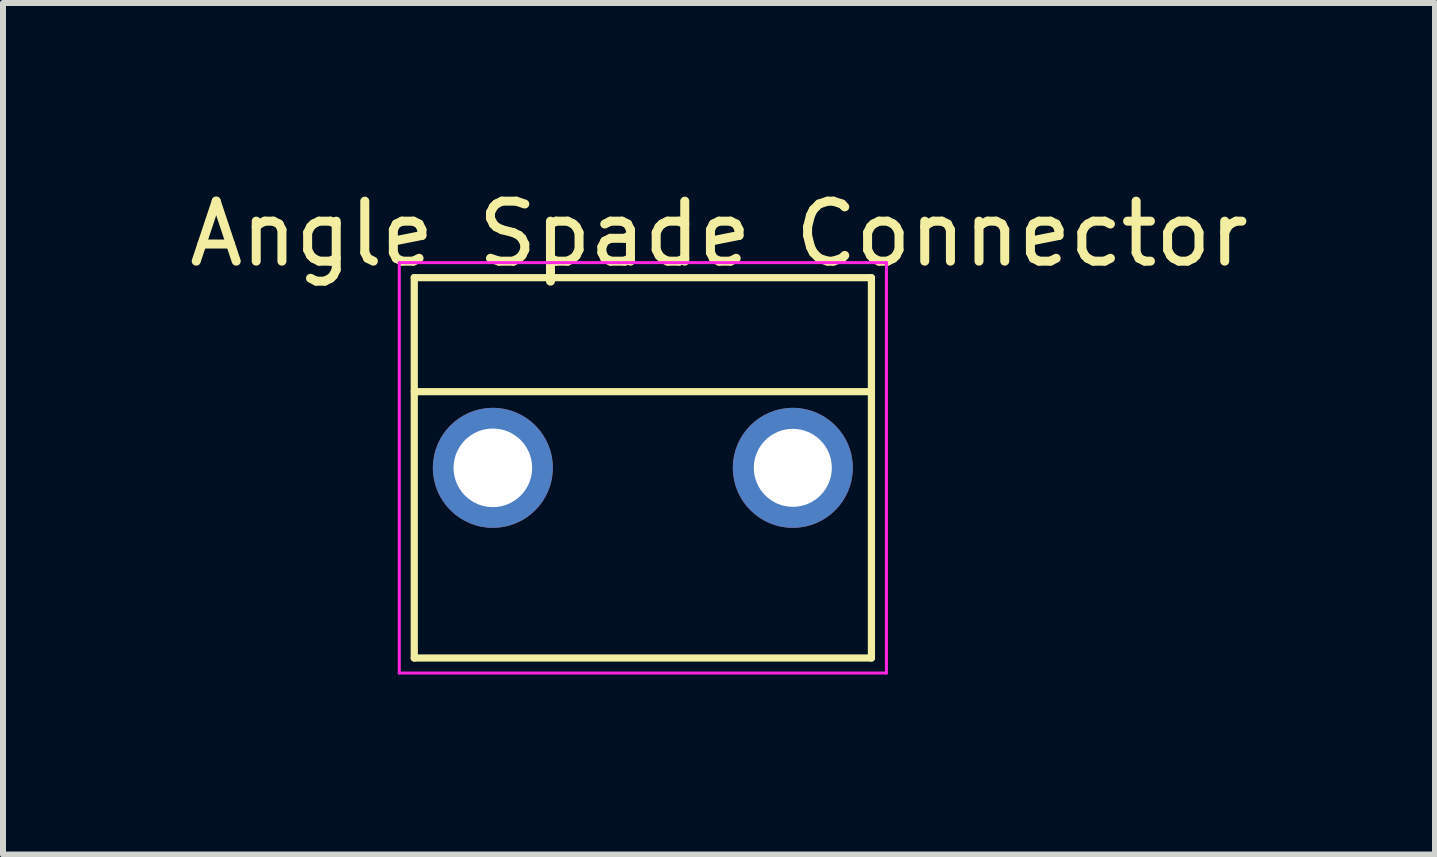
<source format=kicad_pcb>
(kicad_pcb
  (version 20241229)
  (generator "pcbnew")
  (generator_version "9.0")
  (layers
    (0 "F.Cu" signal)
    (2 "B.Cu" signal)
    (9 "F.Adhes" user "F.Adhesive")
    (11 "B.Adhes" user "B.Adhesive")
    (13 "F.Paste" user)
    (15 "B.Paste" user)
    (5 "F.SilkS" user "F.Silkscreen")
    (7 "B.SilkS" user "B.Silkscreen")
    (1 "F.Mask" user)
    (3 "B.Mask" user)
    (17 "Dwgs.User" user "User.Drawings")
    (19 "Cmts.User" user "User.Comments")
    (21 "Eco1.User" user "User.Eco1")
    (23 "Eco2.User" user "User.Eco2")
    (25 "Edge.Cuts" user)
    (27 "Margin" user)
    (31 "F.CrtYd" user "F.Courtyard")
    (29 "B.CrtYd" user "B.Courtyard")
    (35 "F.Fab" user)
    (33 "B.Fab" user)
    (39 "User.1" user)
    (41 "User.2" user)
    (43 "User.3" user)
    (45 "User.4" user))
  (footprint "Angle Spade Connector"
    (layer "F.Cu")
    (at 7.665 4.748)
    (property "Reference" "Angle Spade Connector" (at 1.27 -3.9 0) (layer "F.SilkS") (effects (font (size 1 1) (thickness 0.15))))
    (attr through_hole)
    (fp_line (start -3.81 -3.17) (end -3.81 3.17) (stroke (width 0.12) (type solid)) (layer "F.SilkS"))
    (fp_line (start -3.81 -3.17) (end 3.81 -3.17) (stroke (width 0.12) (type solid)) (layer "F.SilkS"))
    (fp_line (start 3.81 -3.17) (end 3.81 3.17) (stroke (width 0.12) (type solid)) (layer "F.SilkS"))
    (fp_line (start 3.81 -1.27) (end -3.81 -1.27) (stroke (width 0.12) (type solid)) (layer "F.SilkS"))
    (fp_line (start 3.81 3.17) (end -3.81 3.17) (stroke (width 0.12) (type solid)) (layer "F.SilkS"))
    (fp_line (start -4.06 -3.42) (end -4.06 3.42) (stroke (width 0.05) (type solid)) (layer "F.CrtYd"))
    (fp_line (start -4.06 -3.42) (end 4.06 -3.42) (stroke (width 0.05) (type solid)) (layer "F.CrtYd"))
    (fp_line (start 4.06 3.42) (end -4.06 3.42) (stroke (width 0.05) (type solid)) (layer "F.CrtYd"))
    (fp_line (start 4.06 3.42) (end 4.06 -3.42) (stroke (width 0.05) (type solid)) (layer "F.CrtYd"))
    (pad "1" thru_hole circle (at -2.5 0) (size 2 2) (drill 1.31) (layers "*.Cu" "*.Mask"))
    (pad "2" thru_hole circle (at 2.5 0) (size 2 2) (drill 1.3) (layers "*.Cu" "*.Mask")))
  (gr_rect
    (start -3 -3)
    (end 20.869 11.193)
    (stroke (width 0.1) (type default))
    (fill no)
    (layer "Edge.Cuts")))
</source>
